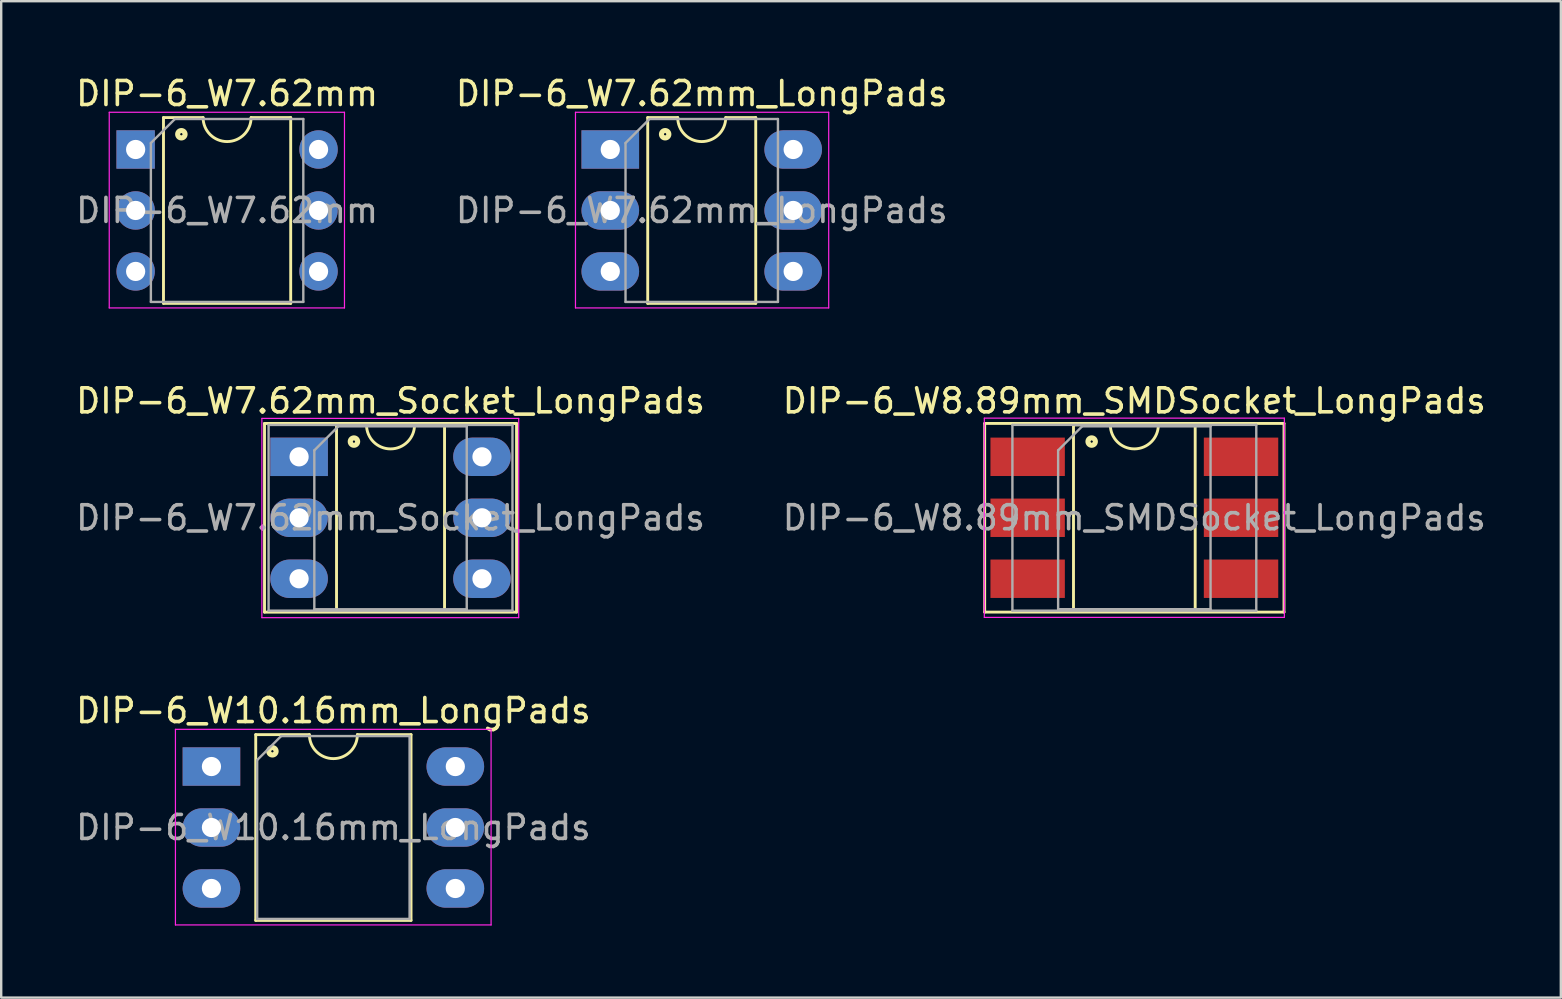
<source format=kicad_pcb>
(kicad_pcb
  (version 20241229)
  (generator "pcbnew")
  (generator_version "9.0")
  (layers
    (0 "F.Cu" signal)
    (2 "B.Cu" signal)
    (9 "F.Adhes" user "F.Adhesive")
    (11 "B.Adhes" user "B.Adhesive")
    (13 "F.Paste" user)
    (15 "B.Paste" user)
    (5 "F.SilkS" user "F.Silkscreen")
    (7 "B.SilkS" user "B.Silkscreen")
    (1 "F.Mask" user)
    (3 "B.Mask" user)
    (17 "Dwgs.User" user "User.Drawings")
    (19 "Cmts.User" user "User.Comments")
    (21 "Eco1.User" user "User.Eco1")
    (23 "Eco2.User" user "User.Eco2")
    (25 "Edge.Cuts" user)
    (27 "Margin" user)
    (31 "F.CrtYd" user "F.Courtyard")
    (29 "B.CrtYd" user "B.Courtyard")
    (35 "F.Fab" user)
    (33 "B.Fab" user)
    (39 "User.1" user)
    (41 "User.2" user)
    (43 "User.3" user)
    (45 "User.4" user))
  (footprint "DIP-6_W7.62mm_LongPads"
    (layer "F.Cu")
    (at 22.375 3.178)
    (property "Reference" "DIP-6_W7.62mm_LongPads" (at 3.81 -2.33 0) (layer "F.SilkS") (effects (font (size 1 1) (thickness 0.15))))
    (attr through_hole)
    (fp_line (start 1.56 -1.33) (end 1.56 6.41) (stroke (width 0.12) (type solid)) (layer "F.SilkS"))
    (fp_line (start 1.56 6.41) (end 6.06 6.41) (stroke (width 0.12) (type solid)) (layer "F.SilkS"))
    (fp_line (start 2.81 -1.33) (end 1.56 -1.33) (stroke (width 0.12) (type solid)) (layer "F.SilkS"))
    (fp_line (start 6.06 -1.33) (end 4.81 -1.33) (stroke (width 0.12) (type solid)) (layer "F.SilkS"))
    (fp_line (start 6.06 6.41) (end 6.06 -1.33) (stroke (width 0.12) (type solid)) (layer "F.SilkS"))
    (fp_arc (start 4.81 -1.33) (mid 3.81 -0.33) (end 2.81 -1.33) (stroke (width 0.12) (type solid)) (layer "F.SilkS"))
    (fp_circle (center 2.286 -0.635) (end 2.336 -0.635) (stroke (width 0.12) (type solid)) (fill no) (layer "F.SilkS"))
    (fp_circle (center 2.286 -0.635) (end 2.411 -0.635) (stroke (width 0.12) (type solid)) (fill no) (layer "F.SilkS"))
    (fp_circle (center 2.286 -0.635) (end 2.486 -0.635) (stroke (width 0.12) (type solid)) (fill no) (layer "F.SilkS"))
    (fp_line (start -1.45 -1.55) (end -1.45 6.6) (stroke (width 0.05) (type solid)) (layer "F.CrtYd"))
    (fp_line (start -1.45 6.6) (end 9.1 6.6) (stroke (width 0.05) (type solid)) (layer "F.CrtYd"))
    (fp_line (start 9.1 -1.55) (end -1.45 -1.55) (stroke (width 0.05) (type solid)) (layer "F.CrtYd"))
    (fp_line (start 9.1 6.6) (end 9.1 -1.55) (stroke (width 0.05) (type solid)) (layer "F.CrtYd"))
    (fp_line (start 0.635 -0.27) (end 1.635 -1.27) (stroke (width 0.1) (type solid)) (layer "F.Fab"))
    (fp_line (start 0.635 6.35) (end 0.635 -0.27) (stroke (width 0.1) (type solid)) (layer "F.Fab"))
    (fp_line (start 1.635 -1.27) (end 6.985 -1.27) (stroke (width 0.1) (type solid)) (layer "F.Fab"))
    (fp_line (start 6.985 -1.27) (end 6.985 6.35) (stroke (width 0.1) (type solid)) (layer "F.Fab"))
    (fp_line (start 6.985 6.35) (end 0.635 6.35) (stroke (width 0.1) (type solid)) (layer "F.Fab"))
    (fp_text user "${REFERENCE}" (at 3.81 2.54 0) (layer "F.Fab") (effects (font (size 1 1) (thickness 0.15))))
    (pad "1" thru_hole rect (at 0 0) (size 2.4 1.6) (drill 0.8) (layers "*.Cu" "*.Mask"))
    (pad "2" thru_hole oval (at 0 2.54) (size 2.4 1.6) (drill 0.8) (layers "*.Cu" "*.Mask"))
    (pad "3" thru_hole oval (at 0 5.08) (size 2.4 1.6) (drill 0.8) (layers "*.Cu" "*.Mask"))
    (pad "4" thru_hole oval (at 7.62 5.08) (size 2.4 1.6) (drill 0.8) (layers "*.Cu" "*.Mask"))
    (pad "5" thru_hole oval (at 7.62 2.54) (size 2.4 1.6) (drill 0.8) (layers "*.Cu" "*.Mask"))
    (pad "6" thru_hole oval (at 7.62 0) (size 2.4 1.6) (drill 0.8) (layers "*.Cu" "*.Mask")))
  (footprint "DIP-6_W7.62mm"
    (layer "F.Cu")
    (at 2.601 3.178)
    (property "Reference" "DIP-6_W7.62mm" (at 3.81 -2.33 0) (layer "F.SilkS") (effects (font (size 1 1) (thickness 0.15))))
    (attr through_hole)
    (fp_line (start 1.16 -1.33) (end 1.16 6.41) (stroke (width 0.12) (type solid)) (layer "F.SilkS"))
    (fp_line (start 1.16 6.41) (end 6.46 6.41) (stroke (width 0.12) (type solid)) (layer "F.SilkS"))
    (fp_line (start 2.81 -1.33) (end 1.16 -1.33) (stroke (width 0.12) (type solid)) (layer "F.SilkS"))
    (fp_line (start 6.46 -1.33) (end 4.81 -1.33) (stroke (width 0.12) (type solid)) (layer "F.SilkS"))
    (fp_line (start 6.46 6.41) (end 6.46 -1.33) (stroke (width 0.12) (type solid)) (layer "F.SilkS"))
    (fp_arc (start 4.81 -1.33) (mid 3.81 -0.33) (end 2.81 -1.33) (stroke (width 0.12) (type solid)) (layer "F.SilkS"))
    (fp_circle (center 1.905 -0.635) (end 1.955 -0.635) (stroke (width 0.12) (type solid)) (fill no) (layer "F.SilkS"))
    (fp_circle (center 1.905 -0.635) (end 2.03 -0.635) (stroke (width 0.12) (type solid)) (fill no) (layer "F.SilkS"))
    (fp_circle (center 1.905 -0.635) (end 2.105 -0.635) (stroke (width 0.12) (type solid)) (fill no) (layer "F.SilkS"))
    (fp_line (start -1.1 -1.55) (end -1.1 6.6) (stroke (width 0.05) (type solid)) (layer "F.CrtYd"))
    (fp_line (start -1.1 6.6) (end 8.7 6.6) (stroke (width 0.05) (type solid)) (layer "F.CrtYd"))
    (fp_line (start 8.7 -1.55) (end -1.1 -1.55) (stroke (width 0.05) (type solid)) (layer "F.CrtYd"))
    (fp_line (start 8.7 6.6) (end 8.7 -1.55) (stroke (width 0.05) (type solid)) (layer "F.CrtYd"))
    (fp_line (start 0.635 -0.27) (end 1.635 -1.27) (stroke (width 0.1) (type solid)) (layer "F.Fab"))
    (fp_line (start 0.635 6.35) (end 0.635 -0.27) (stroke (width 0.1) (type solid)) (layer "F.Fab"))
    (fp_line (start 1.635 -1.27) (end 6.985 -1.27) (stroke (width 0.1) (type solid)) (layer "F.Fab"))
    (fp_line (start 6.985 -1.27) (end 6.985 6.35) (stroke (width 0.1) (type solid)) (layer "F.Fab"))
    (fp_line (start 6.985 6.35) (end 0.635 6.35) (stroke (width 0.1) (type solid)) (layer "F.Fab"))
    (fp_text user "${REFERENCE}" (at 3.81 2.54 0) (layer "F.Fab") (effects (font (size 1 1) (thickness 0.15))))
    (pad "1" thru_hole rect (at 0 0) (size 1.6 1.6) (drill 0.8) (layers "*.Cu" "*.Mask"))
    (pad "2" thru_hole oval (at 0 2.54) (size 1.6 1.6) (drill 0.8) (layers "*.Cu" "*.Mask"))
    (pad "3" thru_hole oval (at 0 5.08) (size 1.6 1.6) (drill 0.8) (layers "*.Cu" "*.Mask"))
    (pad "4" thru_hole oval (at 7.62 5.08) (size 1.6 1.6) (drill 0.8) (layers "*.Cu" "*.Mask"))
    (pad "5" thru_hole oval (at 7.62 2.54) (size 1.6 1.6) (drill 0.8) (layers "*.Cu" "*.Mask"))
    (pad "6" thru_hole oval (at 7.62 0) (size 1.6 1.6) (drill 0.8) (layers "*.Cu" "*.Mask")))
  (footprint "DIP-6_W7.62mm_Socket_LongPads"
    (layer "F.Cu")
    (at 9.41 15.982)
    (property "Reference" "DIP-6_W7.62mm_Socket_LongPads" (at 3.81 -2.33 0) (layer "F.SilkS") (effects (font (size 1 1) (thickness 0.15))))
    (attr through_hole)
    (fp_line (start -1.44 -1.39) (end -1.44 6.47) (stroke (width 0.12) (type solid)) (layer "F.SilkS"))
    (fp_line (start -1.44 6.47) (end 9.06 6.47) (stroke (width 0.12) (type solid)) (layer "F.SilkS"))
    (fp_line (start 1.56 -1.33) (end 1.56 6.41) (stroke (width 0.12) (type solid)) (layer "F.SilkS"))
    (fp_line (start 1.56 6.41) (end 6.06 6.41) (stroke (width 0.12) (type solid)) (layer "F.SilkS"))
    (fp_line (start 2.81 -1.33) (end 1.56 -1.33) (stroke (width 0.12) (type solid)) (layer "F.SilkS"))
    (fp_line (start 6.06 -1.33) (end 4.81 -1.33) (stroke (width 0.12) (type solid)) (layer "F.SilkS"))
    (fp_line (start 6.06 6.41) (end 6.06 -1.33) (stroke (width 0.12) (type solid)) (layer "F.SilkS"))
    (fp_line (start 9.06 -1.39) (end -1.44 -1.39) (stroke (width 0.12) (type solid)) (layer "F.SilkS"))
    (fp_line (start 9.06 6.47) (end 9.06 -1.39) (stroke (width 0.12) (type solid)) (layer "F.SilkS"))
    (fp_arc (start 4.81 -1.33) (mid 3.81 -0.33) (end 2.81 -1.33) (stroke (width 0.12) (type solid)) (layer "F.SilkS"))
    (fp_circle (center 2.286 -0.635) (end 2.336 -0.635) (stroke (width 0.12) (type solid)) (fill no) (layer "F.SilkS"))
    (fp_circle (center 2.286 -0.635) (end 2.411 -0.635) (stroke (width 0.12) (type solid)) (fill no) (layer "F.SilkS"))
    (fp_circle (center 2.286 -0.635) (end 2.486 -0.635) (stroke (width 0.12) (type solid)) (fill no) (layer "F.SilkS"))
    (fp_line (start -1.55 -1.6) (end -1.55 6.7) (stroke (width 0.05) (type solid)) (layer "F.CrtYd"))
    (fp_line (start -1.55 6.7) (end 9.15 6.7) (stroke (width 0.05) (type solid)) (layer "F.CrtYd"))
    (fp_line (start 9.15 -1.6) (end -1.55 -1.6) (stroke (width 0.05) (type solid)) (layer "F.CrtYd"))
    (fp_line (start 9.15 6.7) (end 9.15 -1.6) (stroke (width 0.05) (type solid)) (layer "F.CrtYd"))
    (fp_line (start -1.27 -1.33) (end -1.27 6.41) (stroke (width 0.1) (type solid)) (layer "F.Fab"))
    (fp_line (start -1.27 6.41) (end 8.89 6.41) (stroke (width 0.1) (type solid)) (layer "F.Fab"))
    (fp_line (start 0.635 -0.27) (end 1.635 -1.27) (stroke (width 0.1) (type solid)) (layer "F.Fab"))
    (fp_line (start 0.635 6.35) (end 0.635 -0.27) (stroke (width 0.1) (type solid)) (layer "F.Fab"))
    (fp_line (start 1.635 -1.27) (end 6.985 -1.27) (stroke (width 0.1) (type solid)) (layer "F.Fab"))
    (fp_line (start 6.985 -1.27) (end 6.985 6.35) (stroke (width 0.1) (type solid)) (layer "F.Fab"))
    (fp_line (start 6.985 6.35) (end 0.635 6.35) (stroke (width 0.1) (type solid)) (layer "F.Fab"))
    (fp_line (start 8.89 -1.33) (end -1.27 -1.33) (stroke (width 0.1) (type solid)) (layer "F.Fab"))
    (fp_line (start 8.89 6.41) (end 8.89 -1.33) (stroke (width 0.1) (type solid)) (layer "F.Fab"))
    (fp_text user "${REFERENCE}" (at 3.81 2.54 0) (layer "F.Fab") (effects (font (size 1 1) (thickness 0.15))))
    (pad "1" thru_hole rect (at 0 0) (size 2.4 1.6) (drill 0.8) (layers "*.Cu" "*.Mask"))
    (pad "2" thru_hole oval (at 0 2.54) (size 2.4 1.6) (drill 0.8) (layers "*.Cu" "*.Mask"))
    (pad "3" thru_hole oval (at 0 5.08) (size 2.4 1.6) (drill 0.8) (layers "*.Cu" "*.Mask"))
    (pad "4" thru_hole oval (at 7.62 5.08) (size 2.4 1.6) (drill 0.8) (layers "*.Cu" "*.Mask"))
    (pad "5" thru_hole oval (at 7.62 2.54) (size 2.4 1.6) (drill 0.8) (layers "*.Cu" "*.Mask"))
    (pad "6" thru_hole oval (at 7.62 0) (size 2.4 1.6) (drill 0.8) (layers "*.Cu" "*.Mask")))
  (footprint "DIP-6_W8.89mm_SMDSocket_LongPads"
    (layer "F.Cu")
    (at 44.208 18.521)
    (property "Reference" "DIP-6_W8.89mm_SMDSocket_LongPads" (at 0 -4.87 0) (layer "F.SilkS") (effects (font (size 1 1) (thickness 0.15))))
    (attr smd)
    (fp_line (start -6.235 -3.93) (end -6.235 3.93) (stroke (width 0.12) (type solid)) (layer "F.SilkS"))
    (fp_line (start -6.235 3.93) (end 6.235 3.93) (stroke (width 0.12) (type solid)) (layer "F.SilkS"))
    (fp_line (start -2.535 -3.87) (end -2.535 3.87) (stroke (width 0.12) (type solid)) (layer "F.SilkS"))
    (fp_line (start -2.535 3.87) (end 2.535 3.87) (stroke (width 0.12) (type solid)) (layer "F.SilkS"))
    (fp_line (start -1 -3.87) (end -2.535 -3.87) (stroke (width 0.12) (type solid)) (layer "F.SilkS"))
    (fp_line (start 2.535 -3.87) (end 1 -3.87) (stroke (width 0.12) (type solid)) (layer "F.SilkS"))
    (fp_line (start 2.535 3.87) (end 2.535 -3.87) (stroke (width 0.12) (type solid)) (layer "F.SilkS"))
    (fp_line (start 6.235 -3.93) (end -6.235 -3.93) (stroke (width 0.12) (type solid)) (layer "F.SilkS"))
    (fp_line (start 6.235 3.93) (end 6.235 -3.93) (stroke (width 0.12) (type solid)) (layer "F.SilkS"))
    (fp_arc (start 1 -3.87) (mid 0 -2.87) (end -1 -3.87) (stroke (width 0.12) (type solid)) (layer "F.SilkS"))
    (fp_circle (center -1.778 -3.175) (end -1.728 -3.175) (stroke (width 0.12) (type solid)) (fill no) (layer "F.SilkS"))
    (fp_circle (center -1.778 -3.175) (end -1.653 -3.175) (stroke (width 0.12) (type solid)) (fill no) (layer "F.SilkS"))
    (fp_circle (center -1.778 -3.175) (end -1.578 -3.175) (stroke (width 0.12) (type solid)) (fill no) (layer "F.SilkS"))
    (fp_line (start -6.25 -4.15) (end -6.25 4.15) (stroke (width 0.05) (type solid)) (layer "F.CrtYd"))
    (fp_line (start -6.25 4.15) (end 6.25 4.15) (stroke (width 0.05) (type solid)) (layer "F.CrtYd"))
    (fp_line (start 6.25 -4.15) (end -6.25 -4.15) (stroke (width 0.05) (type solid)) (layer "F.CrtYd"))
    (fp_line (start 6.25 4.15) (end 6.25 -4.15) (stroke (width 0.05) (type solid)) (layer "F.CrtYd"))
    (fp_line (start -5.08 -3.87) (end -5.08 3.87) (stroke (width 0.1) (type solid)) (layer "F.Fab"))
    (fp_line (start -5.08 3.87) (end 5.08 3.87) (stroke (width 0.1) (type solid)) (layer "F.Fab"))
    (fp_line (start -3.175 -2.81) (end -2.175 -3.81) (stroke (width 0.1) (type solid)) (layer "F.Fab"))
    (fp_line (start -3.175 3.81) (end -3.175 -2.81) (stroke (width 0.1) (type solid)) (layer "F.Fab"))
    (fp_line (start -2.175 -3.81) (end 3.175 -3.81) (stroke (width 0.1) (type solid)) (layer "F.Fab"))
    (fp_line (start 3.175 -3.81) (end 3.175 3.81) (stroke (width 0.1) (type solid)) (layer "F.Fab"))
    (fp_line (start 3.175 3.81) (end -3.175 3.81) (stroke (width 0.1) (type solid)) (layer "F.Fab"))
    (fp_line (start 5.08 -3.87) (end -5.08 -3.87) (stroke (width 0.1) (type solid)) (layer "F.Fab"))
    (fp_line (start 5.08 3.87) (end 5.08 -3.87) (stroke (width 0.1) (type solid)) (layer "F.Fab"))
    (fp_text user "${REFERENCE}" (at 0 0 0) (layer "F.Fab") (effects (font (size 1 1) (thickness 0.15))))
    (pad "1" smd rect (at -4.445 -2.54) (size 3.1 1.6) (layers "F.Cu" "F.Mask" "F.Paste"))
    (pad "2" smd rect (at -4.445 0) (size 3.1 1.6) (layers "F.Cu" "F.Mask" "F.Paste"))
    (pad "3" smd rect (at -4.445 2.54) (size 3.1 1.6) (layers "F.Cu" "F.Mask" "F.Paste"))
    (pad "4" smd rect (at 4.445 2.54) (size 3.1 1.6) (layers "F.Cu" "F.Mask" "F.Paste"))
    (pad "5" smd rect (at 4.445 0) (size 3.1 1.6) (layers "F.Cu" "F.Mask" "F.Paste"))
    (pad "6" smd rect (at 4.445 -2.54) (size 3.1 1.6) (layers "F.Cu" "F.Mask" "F.Paste")))
  (footprint "DIP-6_W10.16mm_LongPads"
    (layer "F.Cu")
    (at 5.759 28.885)
    (property "Reference" "DIP-6_W10.16mm_LongPads" (at 5.08 -2.33 0) (layer "F.SilkS") (effects (font (size 1 1) (thickness 0.15))))
    (attr through_hole)
    (fp_line (start 1.845 -1.33) (end 1.845 6.41) (stroke (width 0.12) (type solid)) (layer "F.SilkS"))
    (fp_line (start 1.845 6.41) (end 8.315 6.41) (stroke (width 0.12) (type solid)) (layer "F.SilkS"))
    (fp_line (start 4.08 -1.33) (end 1.845 -1.33) (stroke (width 0.12) (type solid)) (layer "F.SilkS"))
    (fp_line (start 8.315 -1.33) (end 6.08 -1.33) (stroke (width 0.12) (type solid)) (layer "F.SilkS"))
    (fp_line (start 8.315 6.41) (end 8.315 -1.33) (stroke (width 0.12) (type solid)) (layer "F.SilkS"))
    (fp_arc (start 6.08 -1.33) (mid 5.08 -0.33) (end 4.08 -1.33) (stroke (width 0.12) (type solid)) (layer "F.SilkS"))
    (fp_circle (center 2.54 -0.635) (end 2.59 -0.635) (stroke (width 0.12) (type solid)) (fill no) (layer "F.SilkS"))
    (fp_circle (center 2.54 -0.635) (end 2.665 -0.635) (stroke (width 0.12) (type solid)) (fill no) (layer "F.SilkS"))
    (fp_circle (center 2.54 -0.635) (end 2.74 -0.635) (stroke (width 0.12) (type solid)) (fill no) (layer "F.SilkS"))
    (fp_line (start -1.5 -1.55) (end -1.5 6.6) (stroke (width 0.05) (type solid)) (layer "F.CrtYd"))
    (fp_line (start -1.5 6.6) (end 11.65 6.6) (stroke (width 0.05) (type solid)) (layer "F.CrtYd"))
    (fp_line (start 11.65 -1.55) (end -1.5 -1.55) (stroke (width 0.05) (type solid)) (layer "F.CrtYd"))
    (fp_line (start 11.65 6.6) (end 11.65 -1.55) (stroke (width 0.05) (type solid)) (layer "F.CrtYd"))
    (fp_line (start 1.905 -0.27) (end 2.905 -1.27) (stroke (width 0.1) (type solid)) (layer "F.Fab"))
    (fp_line (start 1.905 6.35) (end 1.905 -0.27) (stroke (width 0.1) (type solid)) (layer "F.Fab"))
    (fp_line (start 2.905 -1.27) (end 8.255 -1.27) (stroke (width 0.1) (type solid)) (layer "F.Fab"))
    (fp_line (start 8.255 -1.27) (end 8.255 6.35) (stroke (width 0.1) (type solid)) (layer "F.Fab"))
    (fp_line (start 8.255 6.35) (end 1.905 6.35) (stroke (width 0.1) (type solid)) (layer "F.Fab"))
    (fp_text user "${REFERENCE}" (at 5.08 2.54 0) (layer "F.Fab") (effects (font (size 1 1) (thickness 0.15))))
    (pad "1" thru_hole rect (at 0 0) (size 2.4 1.6) (drill 0.8) (layers "*.Cu" "*.Mask"))
    (pad "2" thru_hole oval (at 0 2.54) (size 2.4 1.6) (drill 0.8) (layers "*.Cu" "*.Mask"))
    (pad "3" thru_hole oval (at 0 5.08) (size 2.4 1.6) (drill 0.8) (layers "*.Cu" "*.Mask"))
    (pad "4" thru_hole oval (at 10.16 5.08) (size 2.4 1.6) (drill 0.8) (layers "*.Cu" "*.Mask"))
    (pad "5" thru_hole oval (at 10.16 2.54) (size 2.4 1.6) (drill 0.8) (layers "*.Cu" "*.Mask"))
    (pad "6" thru_hole oval (at 10.16 0) (size 2.4 1.6) (drill 0.8) (layers "*.Cu" "*.Mask")))
  (gr_rect
    (start -3 -3)
    (end 61.976 38.51)
    (stroke (width 0.1) (type default))
    (fill no)
    (layer "Edge.Cuts")))
</source>
